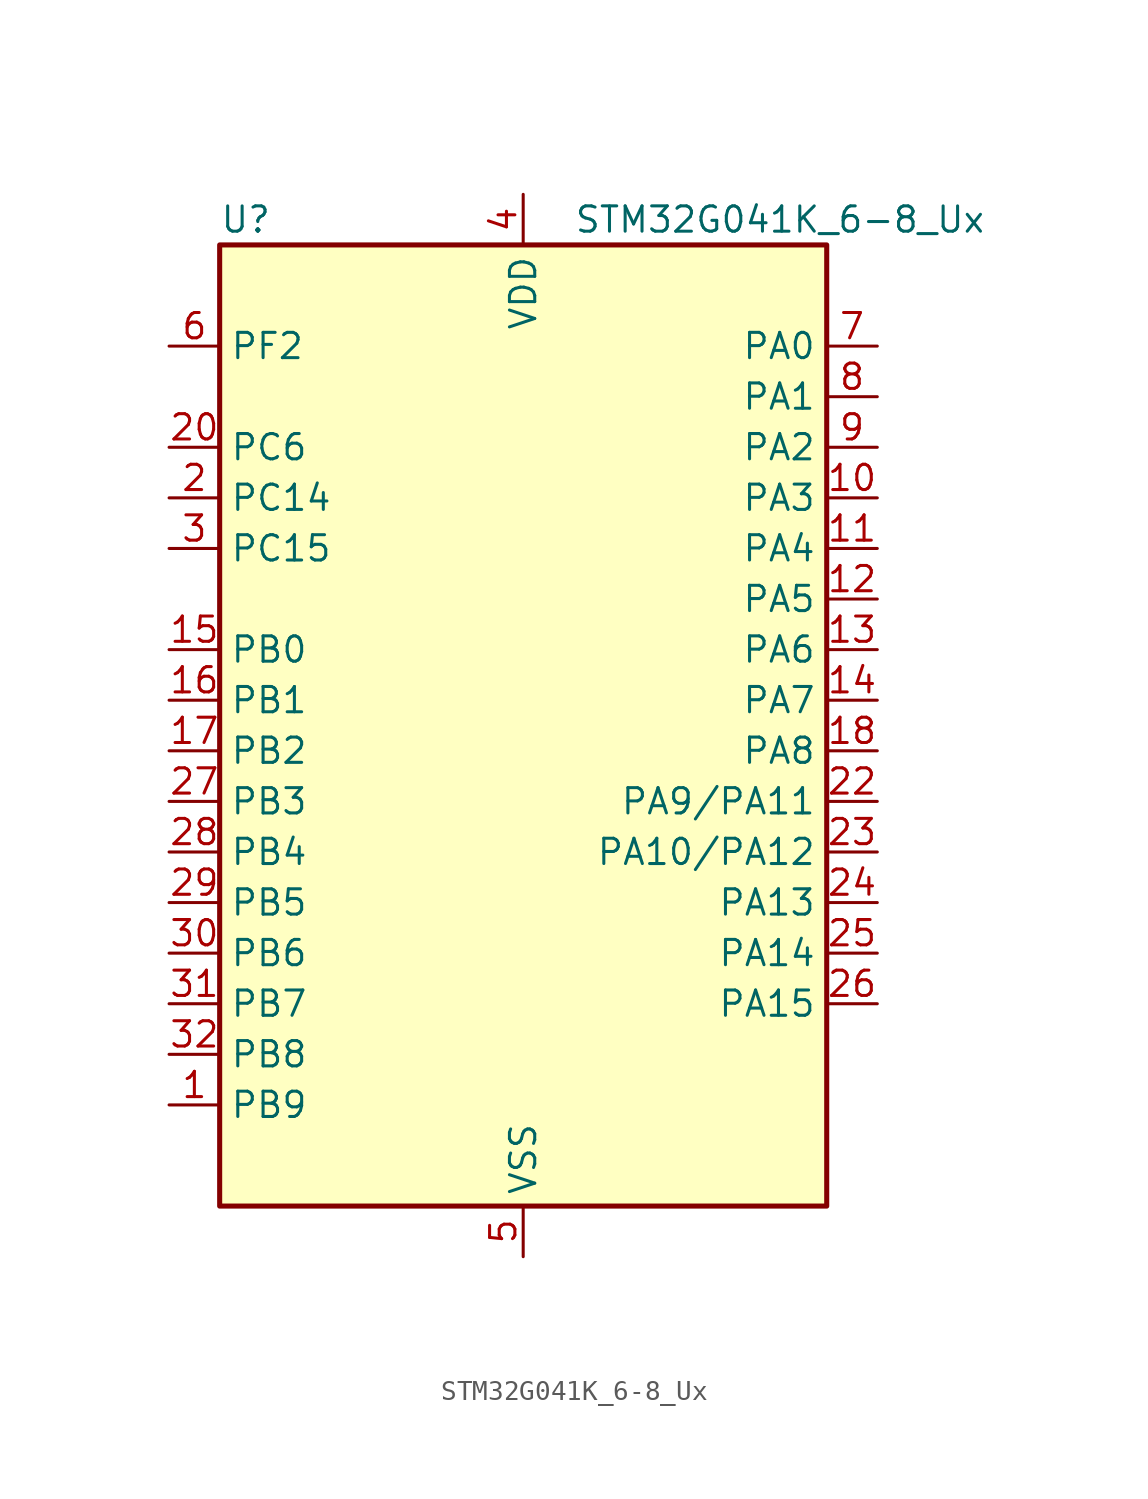
<source format=kicad_sym>
(kicad_symbol_lib
  (version 20231120)
  (generator "kicad-library-utils")
  (generator_version "8.0")
  (symbol "STM32G041K_6-8_Ux"
    (property "Reference" "U"
      (at -15.24 26.67 0)
      (effects (font (size 1.27 1.27)) (justify left)))
    (property "Value" "STM32G041K_6-8_Ux"
      (at 2.54 26.67 0)
      (effects (font (size 1.27 1.27)) (justify left)))
    (symbol "STM32G041K_6-8_Ux_0_1"
      (rectangle (start -15.24 -22.86) (end 15.24 25.4) (stroke (width 0.254) (type default)) (fill (type background))))
    (symbol "STM32G041K_6-8_Ux_1_1"
      (pin bidirectional line (at -17.78 -17.78 0) (length 2.54) (name "PB9" (effects (font (size 1.27 1.27)))) (number "1" (effects (font (size 1.27 1.27)))) (alternate "I2C1_SDA" bidirectional line) (alternate "IR_OUT" bidirectional line) (alternate "SPI2_NSS" bidirectional line) (alternate "TIM17_CH1" bidirectional line))
      (pin bidirectional line (at 17.78 12.7 180) (length 2.54) (name "PA3" (effects (font (size 1.27 1.27)))) (number "10" (effects (font (size 1.27 1.27)))) (alternate "ADC1_IN3" bidirectional line) (alternate "LPUART1_RX" bidirectional line) (alternate "SPI2_MISO" bidirectional line) (alternate "TIM2_CH4" bidirectional line) (alternate "USART2_RX" bidirectional line))
      (pin bidirectional line (at 17.78 10.16 180) (length 2.54) (name "PA4" (effects (font (size 1.27 1.27)))) (number "11" (effects (font (size 1.27 1.27)))) (alternate "ADC1_IN4" bidirectional line) (alternate "I2S1_WS" bidirectional line) (alternate "LPTIM2_OUT" bidirectional line) (alternate "RTC_OUT_ALARM" bidirectional line) (alternate "RTC_OUT_CALIB" bidirectional line) (alternate "RTC_TAMP_IN1" bidirectional line) (alternate "RTC_TS" bidirectional line) (alternate "SPI1_NSS" bidirectional line) (alternate "SPI2_MOSI" bidirectional line) (alternate "SYS_WKUP2" bidirectional line) (alternate "TIM14_CH1" bidirectional line))
      (pin bidirectional line (at 17.78 7.62 180) (length 2.54) (name "PA5" (effects (font (size 1.27 1.27)))) (number "12" (effects (font (size 1.27 1.27)))) (alternate "ADC1_IN5" bidirectional line) (alternate "I2S1_CK" bidirectional line) (alternate "LPTIM2_ETR" bidirectional line) (alternate "SPI1_SCK" bidirectional line) (alternate "TIM2_CH1" bidirectional line) (alternate "TIM2_ETR" bidirectional line))
      (pin bidirectional line (at 17.78 5.08 180) (length 2.54) (name "PA6" (effects (font (size 1.27 1.27)))) (number "13" (effects (font (size 1.27 1.27)))) (alternate "ADC1_IN6" bidirectional line) (alternate "I2S1_MCK" bidirectional line) (alternate "LPUART1_CTS" bidirectional line) (alternate "SPI1_MISO" bidirectional line) (alternate "TIM16_CH1" bidirectional line) (alternate "TIM1_BK" bidirectional line) (alternate "TIM3_CH1" bidirectional line))
      (pin bidirectional line (at 17.78 2.54 180) (length 2.54) (name "PA7" (effects (font (size 1.27 1.27)))) (number "14" (effects (font (size 1.27 1.27)))) (alternate "ADC1_IN7" bidirectional line) (alternate "I2S1_SD" bidirectional line) (alternate "SPI1_MOSI" bidirectional line) (alternate "TIM14_CH1" bidirectional line) (alternate "TIM17_CH1" bidirectional line) (alternate "TIM1_CH1N" bidirectional line) (alternate "TIM3_CH2" bidirectional line))
      (pin bidirectional line (at -17.78 5.08 0) (length 2.54) (name "PB0" (effects (font (size 1.27 1.27)))) (number "15" (effects (font (size 1.27 1.27)))) (alternate "ADC1_IN8" bidirectional line) (alternate "I2S1_WS" bidirectional line) (alternate "LPTIM1_OUT" bidirectional line) (alternate "SPI1_NSS" bidirectional line) (alternate "TIM1_CH2N" bidirectional line) (alternate "TIM3_CH3" bidirectional line))
      (pin bidirectional line (at -17.78 2.54 0) (length 2.54) (name "PB1" (effects (font (size 1.27 1.27)))) (number "16" (effects (font (size 1.27 1.27)))) (alternate "ADC1_IN9" bidirectional line) (alternate "LPTIM2_IN1" bidirectional line) (alternate "LPUART1_DE" bidirectional line) (alternate "LPUART1_RTS" bidirectional line) (alternate "TIM14_CH1" bidirectional line) (alternate "TIM1_CH3N" bidirectional line) (alternate "TIM3_CH4" bidirectional line))
      (pin bidirectional line (at -17.78 0 0) (length 2.54) (name "PB2" (effects (font (size 1.27 1.27)))) (number "17" (effects (font (size 1.27 1.27)))) (alternate "ADC1_IN10" bidirectional line) (alternate "LPTIM1_OUT" bidirectional line) (alternate "SPI2_MISO" bidirectional line))
      (pin bidirectional line (at 17.78 0 180) (length 2.54) (name "PA8" (effects (font (size 1.27 1.27)))) (number "18" (effects (font (size 1.27 1.27)))) (alternate "LPTIM2_OUT" bidirectional line) (alternate "RCC_MCO" bidirectional line) (alternate "SPI2_NSS" bidirectional line) (alternate "TIM1_CH1" bidirectional line))
      (pin no_connect line (at -15.24 -22.86 0) (length 2.54) hide (name "NC/PA9" (effects (font (size 1.27 1.27)))) (number "19" (effects (font (size 1.27 1.27)))) (alternate "NC" bidirectional line) (alternate "PA9" bidirectional line) (alternate "I2C1_SCL (PA9)" bidirectional line) (alternate "RCC_MCO (PA9)" bidirectional line) (alternate "SPI2_MISO (PA9)" bidirectional line) (alternate "TIM1_CH2 (PA9)" bidirectional line) (alternate "USART1_TX (PA9)" bidirectional line))
      (pin bidirectional line (at -17.78 12.7 0) (length 2.54) (name "PC14" (effects (font (size 1.27 1.27)))) (number "2" (effects (font (size 1.27 1.27)))) (alternate "RCC_OSC32_IN" bidirectional line) (alternate "RCC_OSC_IN" bidirectional line) (alternate "TIM1_BK2" bidirectional line))
      (pin bidirectional line (at -17.78 15.24 0) (length 2.54) (name "PC6" (effects (font (size 1.27 1.27)))) (number "20" (effects (font (size 1.27 1.27)))) (alternate "TIM2_CH3" bidirectional line) (alternate "TIM3_CH1" bidirectional line))
      (pin no_connect line (at -15.24 -20.32 0) (length 2.54) hide (name "NC/PA10" (effects (font (size 1.27 1.27)))) (number "21" (effects (font (size 1.27 1.27)))) (alternate "NC" bidirectional line) (alternate "PA10" bidirectional line) (alternate "I2C1_SDA (PA10)" bidirectional line) (alternate "SPI2_MOSI (PA10)" bidirectional line) (alternate "TIM17_BK (PA10)" bidirectional line) (alternate "TIM1_CH3 (PA10)" bidirectional line) (alternate "USART1_RX (PA10)" bidirectional line))
      (pin bidirectional line (at 17.78 -2.54 180) (length 2.54) (name "PA9/PA11" (effects (font (size 1.27 1.27)))) (number "22" (effects (font (size 1.27 1.27)))) (alternate "PA9" bidirectional line) (alternate "I2C1_SCL (PA9)" bidirectional line) (alternate "RCC_MCO (PA9)" bidirectional line) (alternate "SPI2_MISO (PA9)" bidirectional line) (alternate "TIM1_CH2 (PA9)" bidirectional line) (alternate "USART1_TX (PA9)" bidirectional line) (alternate "PA11" bidirectional line) (alternate "ADC1_EXTI11 (PA11)" bidirectional line) (alternate "ADC1_IN15 (PA11)" bidirectional line) (alternate "I2C2_SCL (PA11)" bidirectional line) (alternate "I2S1_MCK (PA11)" bidirectional line) (alternate "SPI1_MISO (PA11)" bidirectional line) (alternate "TIM1_BK2 (PA11)" bidirectional line) (alternate "TIM1_CH4 (PA11)" bidirectional line) (alternate "USART1_CTS (PA11)" bidirectional line) (alternate "USART1_NSS (PA11)" bidirectional line))
      (pin bidirectional line (at 17.78 -5.08 180) (length 2.54) (name "PA10/PA12" (effects (font (size 1.27 1.27)))) (number "23" (effects (font (size 1.27 1.27)))) (alternate "PA10" bidirectional line) (alternate "I2C1_SDA (PA10)" bidirectional line) (alternate "SPI2_MOSI (PA10)" bidirectional line) (alternate "TIM17_BK (PA10)" bidirectional line) (alternate "TIM1_CH3 (PA10)" bidirectional line) (alternate "USART1_RX (PA10)" bidirectional line) (alternate "PA12" bidirectional line) (alternate "ADC1_IN16 (PA12)" bidirectional line) (alternate "I2C2_SDA (PA12)" bidirectional line) (alternate "I2S1_SD (PA12)" bidirectional line) (alternate "I2S_CKIN (PA12)" bidirectional line) (alternate "SPI1_MOSI (PA12)" bidirectional line) (alternate "TIM1_ETR (PA12)" bidirectional line) (alternate "USART1_CK (PA12)" bidirectional line) (alternate "USART1_DE (PA12)" bidirectional line) (alternate "USART1_RTS (PA12)" bidirectional line))
      (pin bidirectional line (at 17.78 -7.62 180) (length 2.54) (name "PA13" (effects (font (size 1.27 1.27)))) (number "24" (effects (font (size 1.27 1.27)))) (alternate "ADC1_IN17" bidirectional line) (alternate "IR_OUT" bidirectional line) (alternate "SYS_SWDIO" bidirectional line))
      (pin bidirectional line (at 17.78 -10.16 180) (length 2.54) (name "PA14" (effects (font (size 1.27 1.27)))) (number "25" (effects (font (size 1.27 1.27)))) (alternate "ADC1_IN18" bidirectional line) (alternate "SYS_SWCLK" bidirectional line) (alternate "USART2_TX" bidirectional line))
      (pin bidirectional line (at 17.78 -12.7 180) (length 2.54) (name "PA15" (effects (font (size 1.27 1.27)))) (number "26" (effects (font (size 1.27 1.27)))) (alternate "I2S1_WS" bidirectional line) (alternate "SPI1_NSS" bidirectional line) (alternate "TIM2_CH1" bidirectional line) (alternate "TIM2_ETR" bidirectional line) (alternate "USART2_RX" bidirectional line))
      (pin bidirectional line (at -17.78 -2.54 0) (length 2.54) (name "PB3" (effects (font (size 1.27 1.27)))) (number "27" (effects (font (size 1.27 1.27)))) (alternate "I2S1_CK" bidirectional line) (alternate "SPI1_SCK" bidirectional line) (alternate "TIM1_CH2" bidirectional line) (alternate "TIM2_CH2" bidirectional line) (alternate "USART1_CK" bidirectional line) (alternate "USART1_DE" bidirectional line) (alternate "USART1_RTS" bidirectional line))
      (pin bidirectional line (at -17.78 -5.08 0) (length 2.54) (name "PB4" (effects (font (size 1.27 1.27)))) (number "28" (effects (font (size 1.27 1.27)))) (alternate "I2S1_MCK" bidirectional line) (alternate "SPI1_MISO" bidirectional line) (alternate "TIM17_BK" bidirectional line) (alternate "TIM3_CH1" bidirectional line) (alternate "USART1_CTS" bidirectional line) (alternate "USART1_NSS" bidirectional line))
      (pin bidirectional line (at -17.78 -7.62 0) (length 2.54) (name "PB5" (effects (font (size 1.27 1.27)))) (number "29" (effects (font (size 1.27 1.27)))) (alternate "I2C1_SMBA" bidirectional line) (alternate "I2S1_SD" bidirectional line) (alternate "LPTIM1_IN1" bidirectional line) (alternate "SPI1_MOSI" bidirectional line) (alternate "SYS_WKUP6" bidirectional line) (alternate "TIM16_BK" bidirectional line) (alternate "TIM3_CH2" bidirectional line))
      (pin bidirectional line (at -17.78 10.16 0) (length 2.54) (name "PC15" (effects (font (size 1.27 1.27)))) (number "3" (effects (font (size 1.27 1.27)))) (alternate "RCC_OSC32_EN" bidirectional line) (alternate "RCC_OSC32_OUT" bidirectional line) (alternate "RCC_OSC_EN" bidirectional line))
      (pin bidirectional line (at -17.78 -10.16 0) (length 2.54) (name "PB6" (effects (font (size 1.27 1.27)))) (number "30" (effects (font (size 1.27 1.27)))) (alternate "I2C1_SCL" bidirectional line) (alternate "LPTIM1_ETR" bidirectional line) (alternate "SPI2_MISO" bidirectional line) (alternate "TIM16_CH1N" bidirectional line) (alternate "TIM1_CH3" bidirectional line) (alternate "USART1_TX" bidirectional line))
      (pin bidirectional line (at -17.78 -12.7 0) (length 2.54) (name "PB7" (effects (font (size 1.27 1.27)))) (number "31" (effects (font (size 1.27 1.27)))) (alternate "ADC1_IN11" bidirectional line) (alternate "I2C1_SDA" bidirectional line) (alternate "LPTIM1_IN2" bidirectional line) (alternate "SPI2_MOSI" bidirectional line) (alternate "SYS_PVD_IN" bidirectional line) (alternate "TIM17_CH1N" bidirectional line) (alternate "USART1_RX" bidirectional line))
      (pin bidirectional line (at -17.78 -15.24 0) (length 2.54) (name "PB8" (effects (font (size 1.27 1.27)))) (number "32" (effects (font (size 1.27 1.27)))) (alternate "I2C1_SCL" bidirectional line) (alternate "SPI2_SCK" bidirectional line) (alternate "TIM16_CH1" bidirectional line))
      (pin passive line (at 0 -25.4 90) (length 2.54) hide (name "VSS" (effects (font (size 1.27 1.27)))) (number "33" (effects (font (size 1.27 1.27)))))
      (pin power_in line (at 0 27.94 270) (length 2.54) (name "VDD" (effects (font (size 1.27 1.27)))) (number "4" (effects (font (size 1.27 1.27)))))
      (pin power_in line (at 0 -25.4 90) (length 2.54) (name "VSS" (effects (font (size 1.27 1.27)))) (number "5" (effects (font (size 1.27 1.27)))))
      (pin bidirectional line (at -17.78 20.32 0) (length 2.54) (name "PF2" (effects (font (size 1.27 1.27)))) (number "6" (effects (font (size 1.27 1.27)))) (alternate "RCC_MCO" bidirectional line))
      (pin bidirectional line (at 17.78 20.32 180) (length 2.54) (name "PA0" (effects (font (size 1.27 1.27)))) (number "7" (effects (font (size 1.27 1.27)))) (alternate "ADC1_IN0" bidirectional line) (alternate "LPTIM1_OUT" bidirectional line) (alternate "RTC_TAMP_IN2" bidirectional line) (alternate "SPI2_SCK" bidirectional line) (alternate "SYS_WKUP1" bidirectional line) (alternate "TIM2_CH1" bidirectional line) (alternate "TIM2_ETR" bidirectional line) (alternate "USART2_CTS" bidirectional line) (alternate "USART2_NSS" bidirectional line))
      (pin bidirectional line (at 17.78 17.78 180) (length 2.54) (name "PA1" (effects (font (size 1.27 1.27)))) (number "8" (effects (font (size 1.27 1.27)))) (alternate "ADC1_IN1" bidirectional line) (alternate "I2C1_SMBA" bidirectional line) (alternate "I2S1_CK" bidirectional line) (alternate "SPI1_SCK" bidirectional line) (alternate "TIM2_CH2" bidirectional line) (alternate "USART2_CK" bidirectional line) (alternate "USART2_DE" bidirectional line) (alternate "USART2_RTS" bidirectional line))
      (pin bidirectional line (at 17.78 15.24 180) (length 2.54) (name "PA2" (effects (font (size 1.27 1.27)))) (number "9" (effects (font (size 1.27 1.27)))) (alternate "ADC1_IN2" bidirectional line) (alternate "I2S1_SD" bidirectional line) (alternate "LPUART1_TX" bidirectional line) (alternate "RCC_LSCO" bidirectional line) (alternate "SPI1_MOSI" bidirectional line) (alternate "SYS_WKUP4" bidirectional line) (alternate "TIM2_CH3" bidirectional line) (alternate "USART2_TX" bidirectional line)))))
</source>
